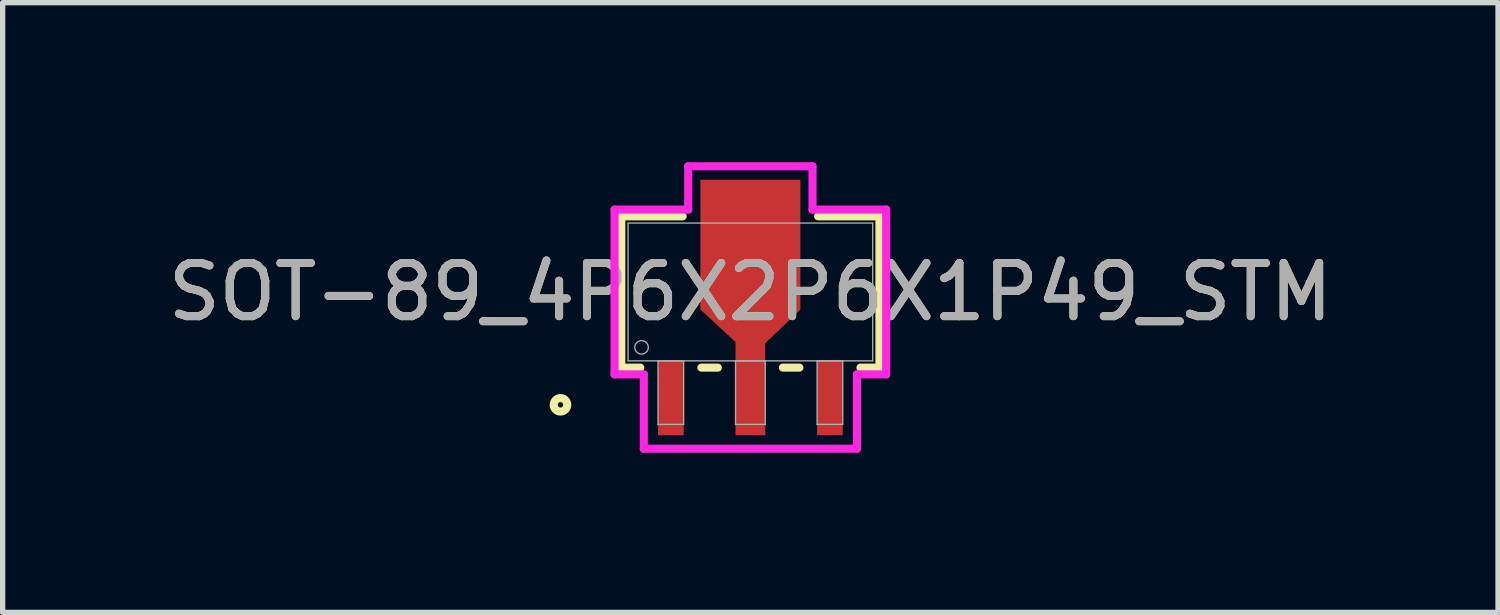
<source format=kicad_pcb>
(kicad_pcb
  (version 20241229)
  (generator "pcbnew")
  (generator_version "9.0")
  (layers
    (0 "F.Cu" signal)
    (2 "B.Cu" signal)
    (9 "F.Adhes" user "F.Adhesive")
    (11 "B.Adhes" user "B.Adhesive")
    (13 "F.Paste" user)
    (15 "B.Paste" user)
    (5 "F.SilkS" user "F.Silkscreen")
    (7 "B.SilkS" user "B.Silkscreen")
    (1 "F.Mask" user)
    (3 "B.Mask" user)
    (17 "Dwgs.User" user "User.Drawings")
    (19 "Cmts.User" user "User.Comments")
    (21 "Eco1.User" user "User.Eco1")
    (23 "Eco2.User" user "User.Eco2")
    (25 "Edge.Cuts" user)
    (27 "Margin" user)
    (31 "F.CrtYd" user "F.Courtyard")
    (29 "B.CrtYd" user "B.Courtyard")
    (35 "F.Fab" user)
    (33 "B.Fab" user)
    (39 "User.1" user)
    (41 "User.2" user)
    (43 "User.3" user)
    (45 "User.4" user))
  (footprint "SOT-89_4P6X2P6X1P49_STM"
    (layer "F.Cu")
    (at 11.054 2.438)
    (property "Reference" "SOT-89_4P6X2P6X1P49_STM" (at 0 0 0) (unlocked yes) (layer "F.SilkS") (effects (font (size 1 1) (thickness 0.15))))
    (attr smd)
    (fp_poly (pts (xy -0.279 1.295) (xy -0.279 0.94) (xy -0.94 0.33) (xy -0.94 -2.108) (xy 0.94 -2.108) (xy 0.94 0.33) (xy 0.279 0.965) (xy 0.279 1.295)) (stroke (width 0) (type solid)) (fill yes) (layer "F.Cu"))
    (fp_poly (pts (xy -0.279 1.295) (xy -0.279 0.94) (xy -0.914 0.305) (xy -0.914 -1.956) (xy 0.914 -1.956) (xy 0.914 0.305) (xy 0.279 0.94) (xy 0.279 1.295)) (stroke (width 0) (type solid)) (fill yes) (layer "F.Mask"))
    (fp_line (start -2.426 -1.422) (end -2.426 1.422) (stroke (width 0.152) (type solid)) (layer "F.SilkS"))
    (fp_line (start -2.426 1.422) (end -2.069 1.422) (stroke (width 0.152) (type solid)) (layer "F.SilkS"))
    (fp_line (start -1.273 -1.422) (end -2.426 -1.422) (stroke (width 0.152) (type solid)) (layer "F.SilkS"))
    (fp_line (start -0.921 1.422) (end -0.612 1.422) (stroke (width 0.152) (type solid)) (layer "F.SilkS"))
    (fp_line (start 0.612 1.422) (end 0.921 1.422) (stroke (width 0.152) (type solid)) (layer "F.SilkS"))
    (fp_line (start 2.069 1.422) (end 2.426 1.422) (stroke (width 0.152) (type solid)) (layer "F.SilkS"))
    (fp_line (start 2.426 -1.422) (end 1.273 -1.422) (stroke (width 0.152) (type solid)) (layer "F.SilkS"))
    (fp_line (start 2.426 1.422) (end 2.426 -1.422) (stroke (width 0.152) (type solid)) (layer "F.SilkS"))
    (fp_circle (center -3.569 2.121) (end -3.442 2.121) (stroke (width 0.152) (type solid)) (fill no) (layer "F.SilkS"))
    (fp_poly (pts (xy -0.279 1.295) (xy -0.279 0.94) (xy -0.914 0.305) (xy -0.914 -1.956) (xy 0.914 -1.956) (xy 0.914 0.305) (xy 0.279 0.94) (xy 0.279 1.295)) (stroke (width 0) (type solid)) (fill yes) (layer "F.Paste"))
    (fp_line (start -2.553 -1.549) (end -1.168 -1.549) (stroke (width 0.152) (type solid)) (layer "F.CrtYd"))
    (fp_line (start -2.553 1.549) (end -2.553 -1.549) (stroke (width 0.152) (type solid)) (layer "F.CrtYd"))
    (fp_line (start -2.003 1.549) (end -2.553 1.549) (stroke (width 0.152) (type solid)) (layer "F.CrtYd"))
    (fp_line (start -2.003 2.946) (end -2.003 1.549) (stroke (width 0.152) (type solid)) (layer "F.CrtYd"))
    (fp_line (start -1.168 -2.362) (end 1.168 -2.362) (stroke (width 0.152) (type solid)) (layer "F.CrtYd"))
    (fp_line (start -1.168 -1.549) (end -1.168 -2.362) (stroke (width 0.152) (type solid)) (layer "F.CrtYd"))
    (fp_line (start 1.168 -2.362) (end 1.168 -1.549) (stroke (width 0.152) (type solid)) (layer "F.CrtYd"))
    (fp_line (start 1.168 -1.549) (end 2.553 -1.549) (stroke (width 0.152) (type solid)) (layer "F.CrtYd"))
    (fp_line (start 2.003 1.549) (end 2.003 2.946) (stroke (width 0.152) (type solid)) (layer "F.CrtYd"))
    (fp_line (start 2.003 2.946) (end -2.003 2.946) (stroke (width 0.152) (type solid)) (layer "F.CrtYd"))
    (fp_line (start 2.553 -1.549) (end 2.553 1.549) (stroke (width 0.152) (type solid)) (layer "F.CrtYd"))
    (fp_line (start 2.553 1.549) (end 2.003 1.549) (stroke (width 0.152) (type solid)) (layer "F.CrtYd"))
    (fp_line (start -2.299 -1.295) (end -2.299 1.295) (stroke (width 0.025) (type solid)) (layer "F.Fab"))
    (fp_line (start -2.299 1.295) (end 2.299 1.295) (stroke (width 0.025) (type solid)) (layer "F.Fab"))
    (fp_line (start -1.736 1.295) (end -1.736 2.489) (stroke (width 0.025) (type solid)) (layer "F.Fab"))
    (fp_line (start -1.736 2.489) (end -1.254 2.489) (stroke (width 0.025) (type solid)) (layer "F.Fab"))
    (fp_line (start -1.254 1.295) (end -1.736 1.295) (stroke (width 0.025) (type solid)) (layer "F.Fab"))
    (fp_line (start -1.254 2.489) (end -1.254 1.295) (stroke (width 0.025) (type solid)) (layer "F.Fab"))
    (fp_line (start -0.279 1.295) (end -0.279 2.489) (stroke (width 0.025) (type solid)) (layer "F.Fab"))
    (fp_line (start -0.279 2.489) (end 0.279 2.489) (stroke (width 0.025) (type solid)) (layer "F.Fab"))
    (fp_line (start 0.279 1.295) (end -0.279 1.295) (stroke (width 0.025) (type solid)) (layer "F.Fab"))
    (fp_line (start 0.279 2.489) (end 0.279 1.295) (stroke (width 0.025) (type solid)) (layer "F.Fab"))
    (fp_line (start 1.254 1.295) (end 1.254 2.489) (stroke (width 0.025) (type solid)) (layer "F.Fab"))
    (fp_line (start 1.254 2.489) (end 1.736 2.489) (stroke (width 0.025) (type solid)) (layer "F.Fab"))
    (fp_line (start 1.736 1.295) (end 1.254 1.295) (stroke (width 0.025) (type solid)) (layer "F.Fab"))
    (fp_line (start 1.736 2.489) (end 1.736 1.295) (stroke (width 0.025) (type solid)) (layer "F.Fab"))
    (fp_line (start 2.299 -1.295) (end -2.299 -1.295) (stroke (width 0.025) (type solid)) (layer "F.Fab"))
    (fp_line (start 2.299 1.295) (end 2.299 -1.295) (stroke (width 0.025) (type solid)) (layer "F.Fab"))
    (fp_circle (center -2.045 1.041) (end -1.918 1.041) (stroke (width 0.025) (type solid)) (fill no) (layer "F.Fab"))
    (fp_text user "${REFERENCE}" (at 0 0 0) (unlocked yes) (layer "F.Fab") (effects (font (size 1 1) (thickness 0.15))))
    (pad "1" smd rect (at -1.495 1.994) (size 0.483 1.397) (layers "F.Cu" "F.Mask" "F.Paste"))
    (pad "2" smd rect (at 0 1.994) (size 0.559 1.397) (layers "F.Cu" "F.Mask" "F.Paste"))
    (pad "3" smd rect (at 1.495 1.994) (size 0.483 1.397) (layers "F.Cu" "F.Mask" "F.Paste")))
  (gr_rect
    (start -3 -3)
    (end 25.107 8.461)
    (stroke (width 0.1) (type default))
    (fill no)
    (layer "Edge.Cuts")))
</source>
